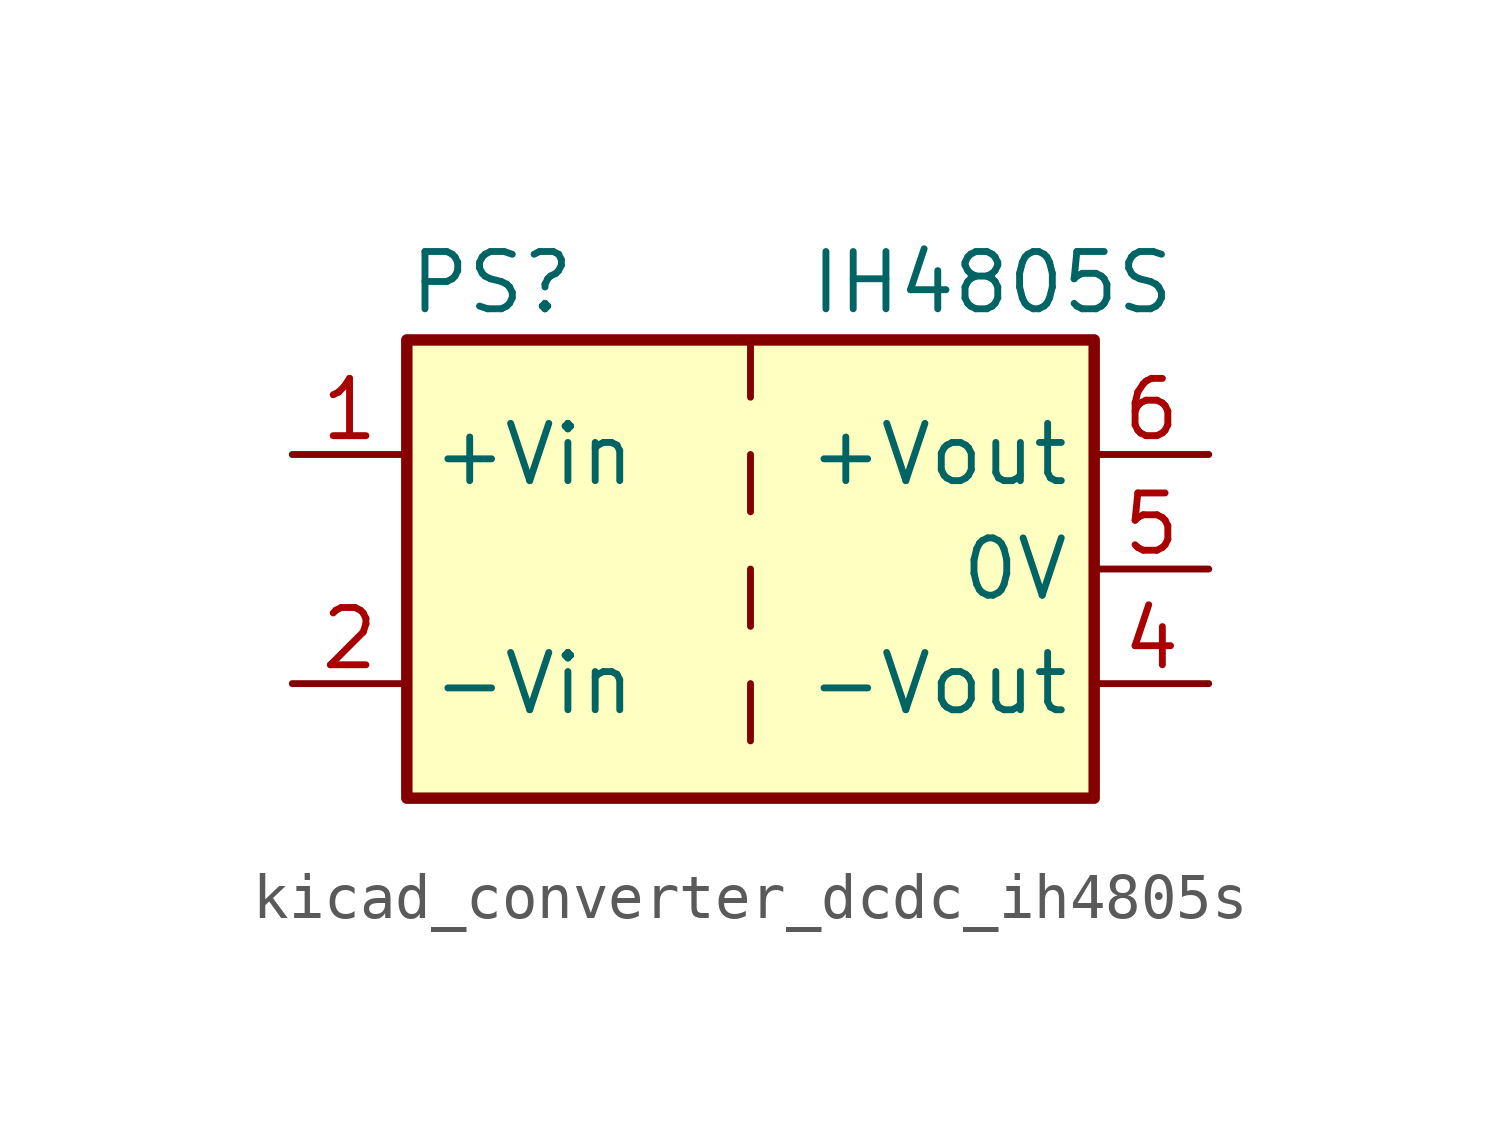
<source format=kicad_sym>
(kicad_symbol_lib
  (version 20220914)
  (generator kicad_symbol_editor)
  (symbol "kicad_converter_dcdc_ih4805s"
    (property "Reference" "PS"
      (at -7.62 6.35 0)
      (effects (font (size 1.27 1.27)) (justify left)))
    (property "Value" "IH4805S"
      (at 1.27 6.35 0)
      (effects (font (size 1.27 1.27)) (justify left)))
    (symbol "kicad_converter_dcdc_ih4805s_0_0"
      (pin power_in line (at -10.16 2.54 0) (length 2.54) (name "+Vin" (effects (font (size 1.27 1.27)))) (number "1" (effects (font (size 1.27 1.27)))))
      (pin power_in line (at -10.16 -2.54 0) (length 2.54) (name "-Vin" (effects (font (size 1.27 1.27)))) (number "2" (effects (font (size 1.27 1.27)))))
      (pin power_out line (at 10.16 -2.54 180) (length 2.54) (name "-Vout" (effects (font (size 1.27 1.27)))) (number "4" (effects (font (size 1.27 1.27)))))
      (pin power_out line (at 10.16 0 180) (length 2.54) (name "0V" (effects (font (size 1.27 1.27)))) (number "5" (effects (font (size 1.27 1.27)))))
      (pin power_out line (at 10.16 2.54 180) (length 2.54) (name "+Vout" (effects (font (size 1.27 1.27)))) (number "6" (effects (font (size 1.27 1.27))))))
    (symbol "kicad_converter_dcdc_ih4805s_0_1"
      (rectangle (start -7.62 5.08) (end 7.62 -5.08) (stroke (width 0.254) (type default)) (fill (type background)))
      (polyline (pts (xy 0 -2.54) (xy 0 -3.81)) (stroke (width 0) (type default)) (fill (type none)))
      (polyline (pts (xy 0 0) (xy 0 -1.27)) (stroke (width 0) (type default)) (fill (type none)))
      (polyline (pts (xy 0 2.54) (xy 0 1.27)) (stroke (width 0) (type default)) (fill (type none)))
      (polyline (pts (xy 0 5.08) (xy 0 3.81)) (stroke (width 0) (type default)) (fill (type none))))))
</source>
